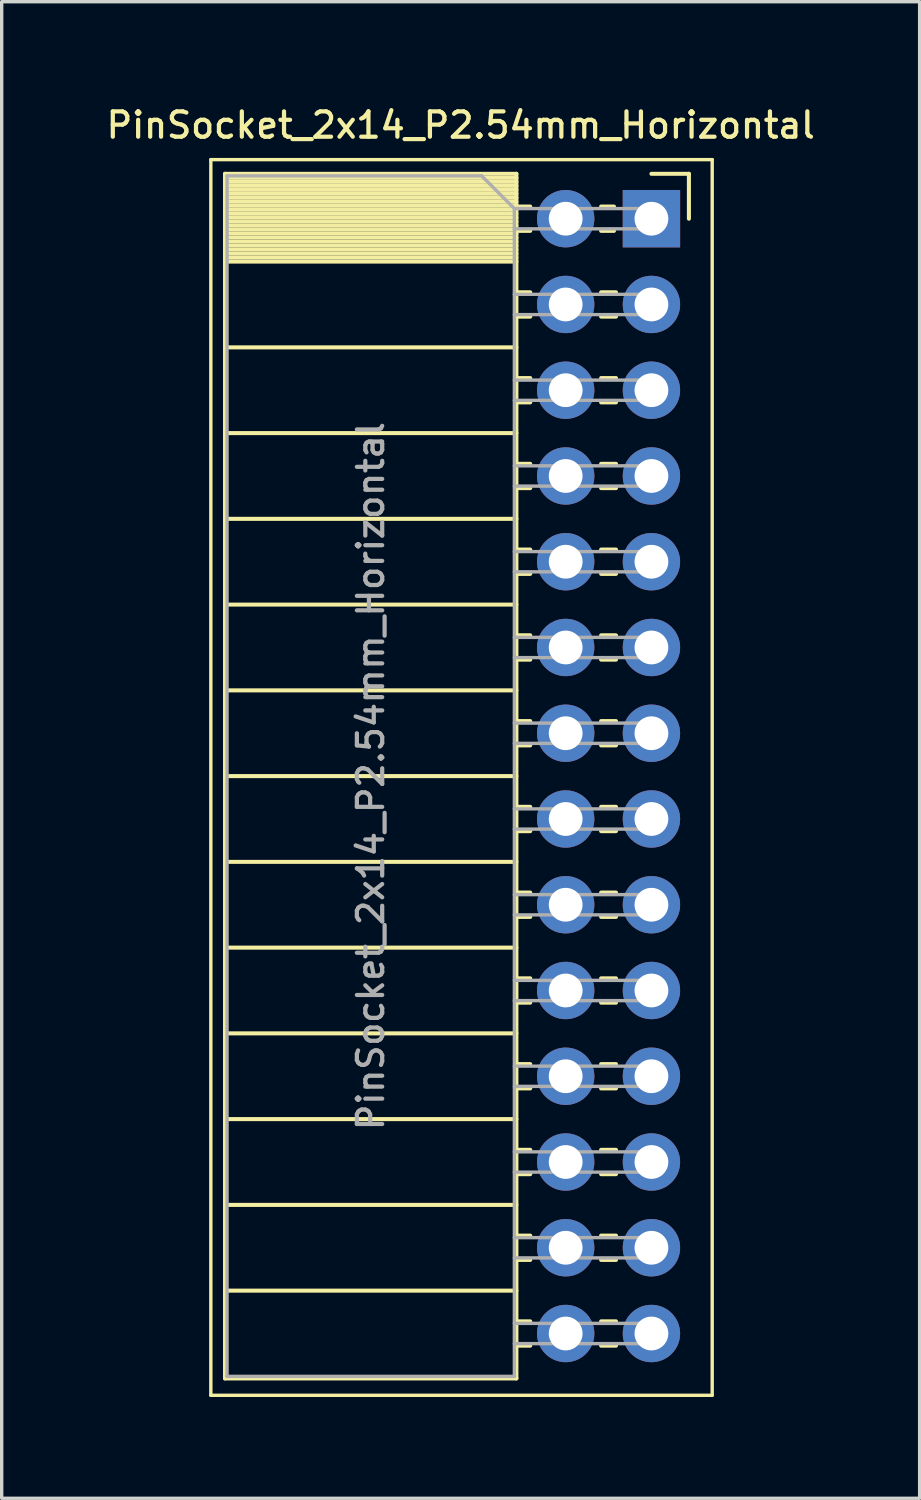
<source format=kicad_pcb>
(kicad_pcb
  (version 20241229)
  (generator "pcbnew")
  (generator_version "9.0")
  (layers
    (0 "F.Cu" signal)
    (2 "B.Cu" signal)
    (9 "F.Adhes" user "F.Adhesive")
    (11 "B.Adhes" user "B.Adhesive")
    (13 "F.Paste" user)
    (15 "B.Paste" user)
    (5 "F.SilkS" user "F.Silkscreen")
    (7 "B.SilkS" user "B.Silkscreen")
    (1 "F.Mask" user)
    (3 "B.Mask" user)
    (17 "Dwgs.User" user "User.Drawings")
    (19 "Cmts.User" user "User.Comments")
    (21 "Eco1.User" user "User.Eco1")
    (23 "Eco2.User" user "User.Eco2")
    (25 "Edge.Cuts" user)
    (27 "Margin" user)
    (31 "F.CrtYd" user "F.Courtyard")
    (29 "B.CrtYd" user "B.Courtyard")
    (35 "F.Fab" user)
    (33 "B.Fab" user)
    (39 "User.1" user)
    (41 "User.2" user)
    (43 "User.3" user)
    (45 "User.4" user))
  (footprint "PinSocket_2x14_P2.54mm_Horizontal"
    (layer "F.Cu")
    (at 16.245 3.428)
    (property "Reference" "PinSocket_2x14_P2.54mm_Horizontal" (at -5.65 -2.77 0) (layer "F.SilkS") (effects (font (size 0.75 0.75) (thickness 0.125))))
    (attr through_hole)
    (fp_line (start -13.05 -1.75) (end -13.05 34.85) (stroke (width 0.1) (type solid)) (layer "F.SilkS"))
    (fp_line (start -13.05 34.85) (end 1.8 34.85) (stroke (width 0.1) (type solid)) (layer "F.SilkS"))
    (fp_line (start -12.63 -1.33) (end -12.63 34.35) (stroke (width 0.12) (type solid)) (layer "F.SilkS"))
    (fp_line (start -12.63 -1.33) (end -4 -1.33) (stroke (width 0.12) (type solid)) (layer "F.SilkS"))
    (fp_line (start -12.63 -1.21) (end -4 -1.21) (stroke (width 0.12) (type solid)) (layer "F.SilkS"))
    (fp_line (start -12.63 -1.092) (end -4 -1.092) (stroke (width 0.12) (type solid)) (layer "F.SilkS"))
    (fp_line (start -12.63 -0.974) (end -4 -0.974) (stroke (width 0.12) (type solid)) (layer "F.SilkS"))
    (fp_line (start -12.63 -0.856) (end -4 -0.856) (stroke (width 0.12) (type solid)) (layer "F.SilkS"))
    (fp_line (start -12.63 -0.738) (end -4 -0.738) (stroke (width 0.12) (type solid)) (layer "F.SilkS"))
    (fp_line (start -12.63 -0.62) (end -4 -0.62) (stroke (width 0.12) (type solid)) (layer "F.SilkS"))
    (fp_line (start -12.63 -0.501) (end -4 -0.501) (stroke (width 0.12) (type solid)) (layer "F.SilkS"))
    (fp_line (start -12.63 -0.383) (end -4 -0.383) (stroke (width 0.12) (type solid)) (layer "F.SilkS"))
    (fp_line (start -12.63 -0.265) (end -4 -0.265) (stroke (width 0.12) (type solid)) (layer "F.SilkS"))
    (fp_line (start -12.63 -0.147) (end -4 -0.147) (stroke (width 0.12) (type solid)) (layer "F.SilkS"))
    (fp_line (start -12.63 -0.029) (end -4 -0.029) (stroke (width 0.12) (type solid)) (layer "F.SilkS"))
    (fp_line (start -12.63 0.089) (end -4 0.089) (stroke (width 0.12) (type solid)) (layer "F.SilkS"))
    (fp_line (start -12.63 0.207) (end -4 0.207) (stroke (width 0.12) (type solid)) (layer "F.SilkS"))
    (fp_line (start -12.63 0.325) (end -4 0.325) (stroke (width 0.12) (type solid)) (layer "F.SilkS"))
    (fp_line (start -12.63 0.443) (end -4 0.443) (stroke (width 0.12) (type solid)) (layer "F.SilkS"))
    (fp_line (start -12.63 0.561) (end -4 0.561) (stroke (width 0.12) (type solid)) (layer "F.SilkS"))
    (fp_line (start -12.63 0.68) (end -4 0.68) (stroke (width 0.12) (type solid)) (layer "F.SilkS"))
    (fp_line (start -12.63 0.798) (end -4 0.798) (stroke (width 0.12) (type solid)) (layer "F.SilkS"))
    (fp_line (start -12.63 0.916) (end -4 0.916) (stroke (width 0.12) (type solid)) (layer "F.SilkS"))
    (fp_line (start -12.63 1.034) (end -4 1.034) (stroke (width 0.12) (type solid)) (layer "F.SilkS"))
    (fp_line (start -12.63 1.152) (end -4 1.152) (stroke (width 0.12) (type solid)) (layer "F.SilkS"))
    (fp_line (start -12.63 1.27) (end -4 1.27) (stroke (width 0.12) (type solid)) (layer "F.SilkS"))
    (fp_line (start -12.63 3.81) (end -4 3.81) (stroke (width 0.12) (type solid)) (layer "F.SilkS"))
    (fp_line (start -12.63 6.35) (end -4 6.35) (stroke (width 0.12) (type solid)) (layer "F.SilkS"))
    (fp_line (start -12.63 8.89) (end -4 8.89) (stroke (width 0.12) (type solid)) (layer "F.SilkS"))
    (fp_line (start -12.63 11.43) (end -4 11.43) (stroke (width 0.12) (type solid)) (layer "F.SilkS"))
    (fp_line (start -12.63 13.97) (end -4 13.97) (stroke (width 0.12) (type solid)) (layer "F.SilkS"))
    (fp_line (start -12.63 16.51) (end -4 16.51) (stroke (width 0.12) (type solid)) (layer "F.SilkS"))
    (fp_line (start -12.63 19.05) (end -4 19.05) (stroke (width 0.12) (type solid)) (layer "F.SilkS"))
    (fp_line (start -12.63 21.59) (end -4 21.59) (stroke (width 0.12) (type solid)) (layer "F.SilkS"))
    (fp_line (start -12.63 24.13) (end -4 24.13) (stroke (width 0.12) (type solid)) (layer "F.SilkS"))
    (fp_line (start -12.63 26.67) (end -4 26.67) (stroke (width 0.12) (type solid)) (layer "F.SilkS"))
    (fp_line (start -12.63 29.21) (end -4 29.21) (stroke (width 0.12) (type solid)) (layer "F.SilkS"))
    (fp_line (start -12.63 31.75) (end -4 31.75) (stroke (width 0.12) (type solid)) (layer "F.SilkS"))
    (fp_line (start -12.63 34.35) (end -4 34.35) (stroke (width 0.12) (type solid)) (layer "F.SilkS"))
    (fp_line (start -4 -1.33) (end -4 34.35) (stroke (width 0.12) (type solid)) (layer "F.SilkS"))
    (fp_line (start -4 -0.36) (end -3.59 -0.36) (stroke (width 0.12) (type solid)) (layer "F.SilkS"))
    (fp_line (start -4 0.36) (end -3.59 0.36) (stroke (width 0.12) (type solid)) (layer "F.SilkS"))
    (fp_line (start -4 2.18) (end -3.59 2.18) (stroke (width 0.12) (type solid)) (layer "F.SilkS"))
    (fp_line (start -4 2.9) (end -3.59 2.9) (stroke (width 0.12) (type solid)) (layer "F.SilkS"))
    (fp_line (start -4 4.72) (end -3.59 4.72) (stroke (width 0.12) (type solid)) (layer "F.SilkS"))
    (fp_line (start -4 5.44) (end -3.59 5.44) (stroke (width 0.12) (type solid)) (layer "F.SilkS"))
    (fp_line (start -4 7.26) (end -3.59 7.26) (stroke (width 0.12) (type solid)) (layer "F.SilkS"))
    (fp_line (start -4 7.98) (end -3.59 7.98) (stroke (width 0.12) (type solid)) (layer "F.SilkS"))
    (fp_line (start -4 9.8) (end -3.59 9.8) (stroke (width 0.12) (type solid)) (layer "F.SilkS"))
    (fp_line (start -4 10.52) (end -3.59 10.52) (stroke (width 0.12) (type solid)) (layer "F.SilkS"))
    (fp_line (start -4 12.34) (end -3.59 12.34) (stroke (width 0.12) (type solid)) (layer "F.SilkS"))
    (fp_line (start -4 13.06) (end -3.59 13.06) (stroke (width 0.12) (type solid)) (layer "F.SilkS"))
    (fp_line (start -4 14.88) (end -3.59 14.88) (stroke (width 0.12) (type solid)) (layer "F.SilkS"))
    (fp_line (start -4 15.6) (end -3.59 15.6) (stroke (width 0.12) (type solid)) (layer "F.SilkS"))
    (fp_line (start -4 17.42) (end -3.59 17.42) (stroke (width 0.12) (type solid)) (layer "F.SilkS"))
    (fp_line (start -4 18.14) (end -3.59 18.14) (stroke (width 0.12) (type solid)) (layer "F.SilkS"))
    (fp_line (start -4 19.96) (end -3.59 19.96) (stroke (width 0.12) (type solid)) (layer "F.SilkS"))
    (fp_line (start -4 20.68) (end -3.59 20.68) (stroke (width 0.12) (type solid)) (layer "F.SilkS"))
    (fp_line (start -4 22.5) (end -3.59 22.5) (stroke (width 0.12) (type solid)) (layer "F.SilkS"))
    (fp_line (start -4 23.22) (end -3.59 23.22) (stroke (width 0.12) (type solid)) (layer "F.SilkS"))
    (fp_line (start -4 25.04) (end -3.59 25.04) (stroke (width 0.12) (type solid)) (layer "F.SilkS"))
    (fp_line (start -4 25.76) (end -3.59 25.76) (stroke (width 0.12) (type solid)) (layer "F.SilkS"))
    (fp_line (start -4 27.58) (end -3.59 27.58) (stroke (width 0.12) (type solid)) (layer "F.SilkS"))
    (fp_line (start -4 28.3) (end -3.59 28.3) (stroke (width 0.12) (type solid)) (layer "F.SilkS"))
    (fp_line (start -4 30.12) (end -3.59 30.12) (stroke (width 0.12) (type solid)) (layer "F.SilkS"))
    (fp_line (start -4 30.84) (end -3.59 30.84) (stroke (width 0.12) (type solid)) (layer "F.SilkS"))
    (fp_line (start -4 32.66) (end -3.59 32.66) (stroke (width 0.12) (type solid)) (layer "F.SilkS"))
    (fp_line (start -4 33.38) (end -3.59 33.38) (stroke (width 0.12) (type solid)) (layer "F.SilkS"))
    (fp_line (start -1.49 -0.36) (end -1.11 -0.36) (stroke (width 0.12) (type solid)) (layer "F.SilkS"))
    (fp_line (start -1.49 0.36) (end -1.11 0.36) (stroke (width 0.12) (type solid)) (layer "F.SilkS"))
    (fp_line (start -1.49 2.18) (end -1.05 2.18) (stroke (width 0.12) (type solid)) (layer "F.SilkS"))
    (fp_line (start -1.49 2.9) (end -1.05 2.9) (stroke (width 0.12) (type solid)) (layer "F.SilkS"))
    (fp_line (start -1.49 4.72) (end -1.05 4.72) (stroke (width 0.12) (type solid)) (layer "F.SilkS"))
    (fp_line (start -1.49 5.44) (end -1.05 5.44) (stroke (width 0.12) (type solid)) (layer "F.SilkS"))
    (fp_line (start -1.49 7.26) (end -1.05 7.26) (stroke (width 0.12) (type solid)) (layer "F.SilkS"))
    (fp_line (start -1.49 7.98) (end -1.05 7.98) (stroke (width 0.12) (type solid)) (layer "F.SilkS"))
    (fp_line (start -1.49 9.8) (end -1.05 9.8) (stroke (width 0.12) (type solid)) (layer "F.SilkS"))
    (fp_line (start -1.49 10.52) (end -1.05 10.52) (stroke (width 0.12) (type solid)) (layer "F.SilkS"))
    (fp_line (start -1.49 12.34) (end -1.05 12.34) (stroke (width 0.12) (type solid)) (layer "F.SilkS"))
    (fp_line (start -1.49 13.06) (end -1.05 13.06) (stroke (width 0.12) (type solid)) (layer "F.SilkS"))
    (fp_line (start -1.49 14.88) (end -1.05 14.88) (stroke (width 0.12) (type solid)) (layer "F.SilkS"))
    (fp_line (start -1.49 15.6) (end -1.05 15.6) (stroke (width 0.12) (type solid)) (layer "F.SilkS"))
    (fp_line (start -1.49 17.42) (end -1.05 17.42) (stroke (width 0.12) (type solid)) (layer "F.SilkS"))
    (fp_line (start -1.49 18.14) (end -1.05 18.14) (stroke (width 0.12) (type solid)) (layer "F.SilkS"))
    (fp_line (start -1.49 19.96) (end -1.05 19.96) (stroke (width 0.12) (type solid)) (layer "F.SilkS"))
    (fp_line (start -1.49 20.68) (end -1.05 20.68) (stroke (width 0.12) (type solid)) (layer "F.SilkS"))
    (fp_line (start -1.49 22.5) (end -1.05 22.5) (stroke (width 0.12) (type solid)) (layer "F.SilkS"))
    (fp_line (start -1.49 23.22) (end -1.05 23.22) (stroke (width 0.12) (type solid)) (layer "F.SilkS"))
    (fp_line (start -1.49 25.04) (end -1.05 25.04) (stroke (width 0.12) (type solid)) (layer "F.SilkS"))
    (fp_line (start -1.49 25.76) (end -1.05 25.76) (stroke (width 0.12) (type solid)) (layer "F.SilkS"))
    (fp_line (start -1.49 27.58) (end -1.05 27.58) (stroke (width 0.12) (type solid)) (layer "F.SilkS"))
    (fp_line (start -1.49 28.3) (end -1.05 28.3) (stroke (width 0.12) (type solid)) (layer "F.SilkS"))
    (fp_line (start -1.49 30.12) (end -1.05 30.12) (stroke (width 0.12) (type solid)) (layer "F.SilkS"))
    (fp_line (start -1.49 30.84) (end -1.05 30.84) (stroke (width 0.12) (type solid)) (layer "F.SilkS"))
    (fp_line (start -1.49 32.66) (end -1.05 32.66) (stroke (width 0.12) (type solid)) (layer "F.SilkS"))
    (fp_line (start -1.49 33.38) (end -1.05 33.38) (stroke (width 0.12) (type solid)) (layer "F.SilkS"))
    (fp_line (start 0 -1.33) (end 1.11 -1.33) (stroke (width 0.12) (type solid)) (layer "F.SilkS"))
    (fp_line (start 1.11 -1.33) (end 1.11 0) (stroke (width 0.12) (type solid)) (layer "F.SilkS"))
    (fp_line (start 1.8 -1.75) (end -13.05 -1.75) (stroke (width 0.1) (type solid)) (layer "F.SilkS"))
    (fp_line (start 1.8 34.85) (end 1.8 -1.75) (stroke (width 0.1) (type solid)) (layer "F.SilkS"))
    (fp_line (start -12.57 -1.27) (end -5.03 -1.27) (stroke (width 0.1) (type solid)) (layer "F.Fab"))
    (fp_line (start -12.57 34.29) (end -12.57 -1.27) (stroke (width 0.1) (type solid)) (layer "F.Fab"))
    (fp_line (start -5.03 -1.27) (end -4.06 -0.3) (stroke (width 0.1) (type solid)) (layer "F.Fab"))
    (fp_line (start -4.06 -0.3) (end -4.06 34.29) (stroke (width 0.1) (type solid)) (layer "F.Fab"))
    (fp_line (start -4.06 0.3) (end 0 0.3) (stroke (width 0.1) (type solid)) (layer "F.Fab"))
    (fp_line (start -4.06 2.84) (end 0 2.84) (stroke (width 0.1) (type solid)) (layer "F.Fab"))
    (fp_line (start -4.06 5.38) (end 0 5.38) (stroke (width 0.1) (type solid)) (layer "F.Fab"))
    (fp_line (start -4.06 7.92) (end 0 7.92) (stroke (width 0.1) (type solid)) (layer "F.Fab"))
    (fp_line (start -4.06 10.46) (end 0 10.46) (stroke (width 0.1) (type solid)) (layer "F.Fab"))
    (fp_line (start -4.06 13) (end 0 13) (stroke (width 0.1) (type solid)) (layer "F.Fab"))
    (fp_line (start -4.06 15.54) (end 0 15.54) (stroke (width 0.1) (type solid)) (layer "F.Fab"))
    (fp_line (start -4.06 18.08) (end 0 18.08) (stroke (width 0.1) (type solid)) (layer "F.Fab"))
    (fp_line (start -4.06 20.62) (end 0 20.62) (stroke (width 0.1) (type solid)) (layer "F.Fab"))
    (fp_line (start -4.06 23.16) (end 0 23.16) (stroke (width 0.1) (type solid)) (layer "F.Fab"))
    (fp_line (start -4.06 25.7) (end 0 25.7) (stroke (width 0.1) (type solid)) (layer "F.Fab"))
    (fp_line (start -4.06 28.24) (end 0 28.24) (stroke (width 0.1) (type solid)) (layer "F.Fab"))
    (fp_line (start -4.06 30.78) (end 0 30.78) (stroke (width 0.1) (type solid)) (layer "F.Fab"))
    (fp_line (start -4.06 33.32) (end 0 33.32) (stroke (width 0.1) (type solid)) (layer "F.Fab"))
    (fp_line (start -4.06 34.29) (end -12.57 34.29) (stroke (width 0.1) (type solid)) (layer "F.Fab"))
    (fp_line (start 0 -0.3) (end -4.06 -0.3) (stroke (width 0.1) (type solid)) (layer "F.Fab"))
    (fp_line (start 0 0.3) (end 0 -0.3) (stroke (width 0.1) (type solid)) (layer "F.Fab"))
    (fp_line (start 0 2.24) (end -4.06 2.24) (stroke (width 0.1) (type solid)) (layer "F.Fab"))
    (fp_line (start 0 2.84) (end 0 2.24) (stroke (width 0.1) (type solid)) (layer "F.Fab"))
    (fp_line (start 0 4.78) (end -4.06 4.78) (stroke (width 0.1) (type solid)) (layer "F.Fab"))
    (fp_line (start 0 5.38) (end 0 4.78) (stroke (width 0.1) (type solid)) (layer "F.Fab"))
    (fp_line (start 0 7.32) (end -4.06 7.32) (stroke (width 0.1) (type solid)) (layer "F.Fab"))
    (fp_line (start 0 7.92) (end 0 7.32) (stroke (width 0.1) (type solid)) (layer "F.Fab"))
    (fp_line (start 0 9.86) (end -4.06 9.86) (stroke (width 0.1) (type solid)) (layer "F.Fab"))
    (fp_line (start 0 10.46) (end 0 9.86) (stroke (width 0.1) (type solid)) (layer "F.Fab"))
    (fp_line (start 0 12.4) (end -4.06 12.4) (stroke (width 0.1) (type solid)) (layer "F.Fab"))
    (fp_line (start 0 13) (end 0 12.4) (stroke (width 0.1) (type solid)) (layer "F.Fab"))
    (fp_line (start 0 14.94) (end -4.06 14.94) (stroke (width 0.1) (type solid)) (layer "F.Fab"))
    (fp_line (start 0 15.54) (end 0 14.94) (stroke (width 0.1) (type solid)) (layer "F.Fab"))
    (fp_line (start 0 17.48) (end -4.06 17.48) (stroke (width 0.1) (type solid)) (layer "F.Fab"))
    (fp_line (start 0 18.08) (end 0 17.48) (stroke (width 0.1) (type solid)) (layer "F.Fab"))
    (fp_line (start 0 20.02) (end -4.06 20.02) (stroke (width 0.1) (type solid)) (layer "F.Fab"))
    (fp_line (start 0 20.62) (end 0 20.02) (stroke (width 0.1) (type solid)) (layer "F.Fab"))
    (fp_line (start 0 22.56) (end -4.06 22.56) (stroke (width 0.1) (type solid)) (layer "F.Fab"))
    (fp_line (start 0 23.16) (end 0 22.56) (stroke (width 0.1) (type solid)) (layer "F.Fab"))
    (fp_line (start 0 25.1) (end -4.06 25.1) (stroke (width 0.1) (type solid)) (layer "F.Fab"))
    (fp_line (start 0 25.7) (end 0 25.1) (stroke (width 0.1) (type solid)) (layer "F.Fab"))
    (fp_line (start 0 27.64) (end -4.06 27.64) (stroke (width 0.1) (type solid)) (layer "F.Fab"))
    (fp_line (start 0 28.24) (end 0 27.64) (stroke (width 0.1) (type solid)) (layer "F.Fab"))
    (fp_line (start 0 30.18) (end -4.06 30.18) (stroke (width 0.1) (type solid)) (layer "F.Fab"))
    (fp_line (start 0 30.78) (end 0 30.18) (stroke (width 0.1) (type solid)) (layer "F.Fab"))
    (fp_line (start 0 32.72) (end -4.06 32.72) (stroke (width 0.1) (type solid)) (layer "F.Fab"))
    (fp_line (start 0 33.32) (end 0 32.72) (stroke (width 0.1) (type solid)) (layer "F.Fab"))
    (fp_text user "${REFERENCE}" (at -8.315 16.51 90) (layer "F.Fab") (effects (font (size 0.75 0.75) (thickness 0.125))))
    (pad "1" thru_hole rect (at 0 0) (size 1.7 1.7) (drill 1) (layers "*.Cu" "*.Mask"))
    (pad "2" thru_hole oval (at -2.54 0) (size 1.7 1.7) (drill 1) (layers "*.Cu" "*.Mask"))
    (pad "3" thru_hole oval (at 0 2.54) (size 1.7 1.7) (drill 1) (layers "*.Cu" "*.Mask"))
    (pad "4" thru_hole oval (at -2.54 2.54) (size 1.7 1.7) (drill 1) (layers "*.Cu" "*.Mask"))
    (pad "5" thru_hole oval (at 0 5.08) (size 1.7 1.7) (drill 1) (layers "*.Cu" "*.Mask"))
    (pad "6" thru_hole oval (at -2.54 5.08) (size 1.7 1.7) (drill 1) (layers "*.Cu" "*.Mask"))
    (pad "7" thru_hole oval (at 0 7.62) (size 1.7 1.7) (drill 1) (layers "*.Cu" "*.Mask"))
    (pad "8" thru_hole oval (at -2.54 7.62) (size 1.7 1.7) (drill 1) (layers "*.Cu" "*.Mask"))
    (pad "9" thru_hole oval (at 0 10.16) (size 1.7 1.7) (drill 1) (layers "*.Cu" "*.Mask"))
    (pad "10" thru_hole oval (at -2.54 10.16) (size 1.7 1.7) (drill 1) (layers "*.Cu" "*.Mask"))
    (pad "11" thru_hole oval (at 0 12.7) (size 1.7 1.7) (drill 1) (layers "*.Cu" "*.Mask"))
    (pad "12" thru_hole oval (at -2.54 12.7) (size 1.7 1.7) (drill 1) (layers "*.Cu" "*.Mask"))
    (pad "13" thru_hole oval (at 0 15.24) (size 1.7 1.7) (drill 1) (layers "*.Cu" "*.Mask"))
    (pad "14" thru_hole oval (at -2.54 15.24) (size 1.7 1.7) (drill 1) (layers "*.Cu" "*.Mask"))
    (pad "15" thru_hole oval (at 0 17.78) (size 1.7 1.7) (drill 1) (layers "*.Cu" "*.Mask"))
    (pad "16" thru_hole oval (at -2.54 17.78) (size 1.7 1.7) (drill 1) (layers "*.Cu" "*.Mask"))
    (pad "17" thru_hole oval (at 0 20.32) (size 1.7 1.7) (drill 1) (layers "*.Cu" "*.Mask"))
    (pad "18" thru_hole oval (at -2.54 20.32) (size 1.7 1.7) (drill 1) (layers "*.Cu" "*.Mask"))
    (pad "19" thru_hole oval (at 0 22.86) (size 1.7 1.7) (drill 1) (layers "*.Cu" "*.Mask"))
    (pad "20" thru_hole oval (at -2.54 22.86) (size 1.7 1.7) (drill 1) (layers "*.Cu" "*.Mask"))
    (pad "21" thru_hole oval (at 0 25.4) (size 1.7 1.7) (drill 1) (layers "*.Cu" "*.Mask"))
    (pad "22" thru_hole oval (at -2.54 25.4) (size 1.7 1.7) (drill 1) (layers "*.Cu" "*.Mask"))
    (pad "23" thru_hole oval (at 0 27.94) (size 1.7 1.7) (drill 1) (layers "*.Cu" "*.Mask"))
    (pad "24" thru_hole oval (at -2.54 27.94) (size 1.7 1.7) (drill 1) (layers "*.Cu" "*.Mask"))
    (pad "25" thru_hole oval (at 0 30.48) (size 1.7 1.7) (drill 1) (layers "*.Cu" "*.Mask"))
    (pad "26" thru_hole oval (at -2.54 30.48) (size 1.7 1.7) (drill 1) (layers "*.Cu" "*.Mask"))
    (pad "27" thru_hole oval (at 0 33.02) (size 1.7 1.7) (drill 1) (layers "*.Cu" "*.Mask"))
    (pad "28" thru_hole oval (at -2.54 33.02) (size 1.7 1.7) (drill 1) (layers "*.Cu" "*.Mask")))
  (gr_rect
    (start -3 -3)
    (end 24.189 41.328)
    (stroke (width 0.1) (type default))
    (fill no)
    (layer "Edge.Cuts")))
</source>
